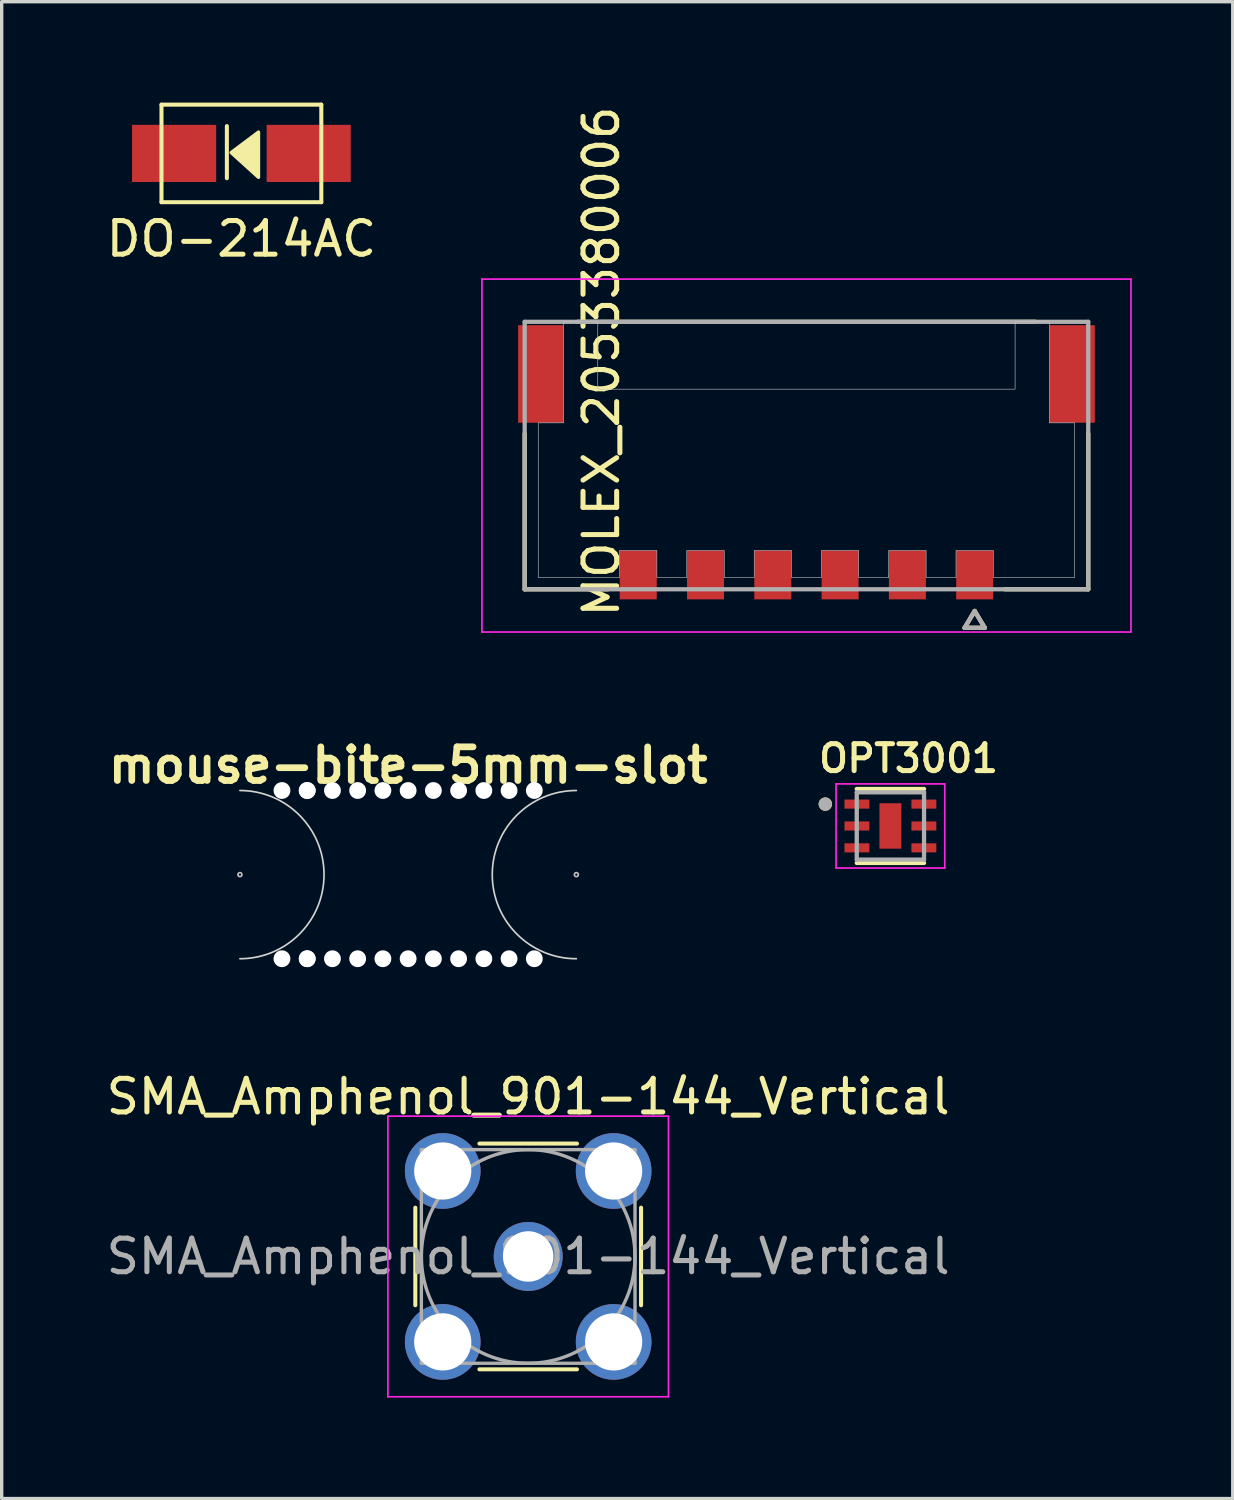
<source format=kicad_pcb>
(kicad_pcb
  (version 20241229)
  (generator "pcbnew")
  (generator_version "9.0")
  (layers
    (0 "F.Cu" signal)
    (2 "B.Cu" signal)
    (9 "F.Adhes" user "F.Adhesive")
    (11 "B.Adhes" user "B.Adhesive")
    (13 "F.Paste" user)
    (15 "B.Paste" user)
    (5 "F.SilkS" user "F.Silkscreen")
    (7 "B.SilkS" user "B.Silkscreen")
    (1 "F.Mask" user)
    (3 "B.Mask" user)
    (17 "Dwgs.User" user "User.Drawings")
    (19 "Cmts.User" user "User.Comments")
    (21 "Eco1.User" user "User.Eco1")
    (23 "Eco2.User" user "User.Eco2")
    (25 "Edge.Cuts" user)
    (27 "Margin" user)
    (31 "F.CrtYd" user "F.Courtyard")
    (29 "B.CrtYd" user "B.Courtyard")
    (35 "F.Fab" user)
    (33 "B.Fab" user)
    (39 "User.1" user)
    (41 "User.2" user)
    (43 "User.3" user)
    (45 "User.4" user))
  (footprint "MOLEX_2053380006"
    (layer "F.Cu")
    (at 20.92 10.49)
    (property "Reference" "MOLEX_2053380006" (at -6.096 -2.794 270) (layer "F.SilkS") (effects (font (size 1 1) (thickness 0.15))))
    (attr smd)
    (fp_poly (pts (xy -8.646 -3.951) (xy -7.144 -3.951) (xy -7.144 -0.899) (xy -8.646 -0.899)) (stroke (width 0.01) (type solid)) (fill yes) (layer "F.Mask"))
    (fp_poly (pts (xy -5.626 2.749) (xy -4.374 2.749) (xy -4.374 4.351) (xy -5.626 4.351)) (stroke (width 0.01) (type solid)) (fill yes) (layer "F.Mask"))
    (fp_poly (pts (xy -3.626 2.749) (xy -2.374 2.749) (xy -2.374 4.351) (xy -3.626 4.351)) (stroke (width 0.01) (type solid)) (fill yes) (layer "F.Mask"))
    (fp_poly (pts (xy -1.626 2.749) (xy -0.374 2.749) (xy -0.374 4.351) (xy -1.626 4.351)) (stroke (width 0.01) (type solid)) (fill yes) (layer "F.Mask"))
    (fp_poly (pts (xy 0.374 2.749) (xy 1.626 2.749) (xy 1.626 4.351) (xy 0.374 4.351)) (stroke (width 0.01) (type solid)) (fill yes) (layer "F.Mask"))
    (fp_poly (pts (xy 2.374 2.749) (xy 3.626 2.749) (xy 3.626 4.351) (xy 2.374 4.351)) (stroke (width 0.01) (type solid)) (fill yes) (layer "F.Mask"))
    (fp_poly (pts (xy 4.374 2.749) (xy 5.626 2.749) (xy 5.626 4.351) (xy 4.374 4.351)) (stroke (width 0.01) (type solid)) (fill yes) (layer "F.Mask"))
    (fp_poly (pts (xy 7.144 -3.951) (xy 8.646 -3.951) (xy 8.646 -0.899) (xy 7.144 -0.899)) (stroke (width 0.01) (type solid)) (fill yes) (layer "F.Mask"))
    (fp_line (start -8.375 3.975) (end -8.375 -0.65) (stroke (width 0.127) (type solid)) (layer "F.SilkS"))
    (fp_line (start -5.9 3.975) (end -8.375 3.975) (stroke (width 0.127) (type solid)) (layer "F.SilkS"))
    (fp_line (start 4.7 5.12) (end 5 4.62) (stroke (width 0.127) (type solid)) (layer "F.SilkS"))
    (fp_line (start 5 4.62) (end 5.3 5.12) (stroke (width 0.127) (type solid)) (layer "F.SilkS"))
    (fp_line (start 5.3 5.12) (end 4.7 5.12) (stroke (width 0.127) (type solid)) (layer "F.SilkS"))
    (fp_line (start 6.8 -3.975) (end -6.8 -3.975) (stroke (width 0.127) (type solid)) (layer "F.SilkS"))
    (fp_line (start 8.375 -0.65) (end 8.375 3.975) (stroke (width 0.127) (type solid)) (layer "F.SilkS"))
    (fp_line (start 8.375 3.975) (end 5.9 3.975) (stroke (width 0.127) (type solid)) (layer "F.SilkS"))
    (fp_poly (pts (xy -7.215 -0.97) (xy -7.215 -3.975) (xy -6.2 -3.975) (xy -6.2 -1.975) (xy 6.2 -1.975) (xy 6.2 -3.975) (xy 7.215 -3.975) (xy 7.215 -0.97) (xy 7.975 -0.97) (xy 7.975 3.625) (xy 5.555 3.625) (xy 5.555 2.82) (xy 4.445 2.82) (xy 4.445 3.625) (xy 3.555 3.625) (xy 3.555 2.82) (xy 2.445 2.82) (xy 2.445 3.625) (xy 1.555 3.625) (xy 1.555 2.82) (xy 0.445 2.82) (xy 0.445 3.625) (xy -0.445 3.625) (xy -0.445 2.82) (xy -1.555 2.82) (xy -1.555 3.625) (xy -2.445 3.625) (xy -2.445 2.82) (xy -3.555 2.82) (xy -3.555 3.625) (xy -4.445 3.625) (xy -4.445 2.82) (xy -5.555 2.82) (xy -5.555 3.625) (xy -7.975 3.625) (xy -7.975 -0.97)) (stroke (width 0.01) (type solid)) (fill no) (layer "Dwgs.User"))
    (fp_poly (pts (xy -7.215 -0.97) (xy -7.215 -3.975) (xy -6.2 -3.975) (xy -6.2 -1.975) (xy 6.2 -1.975) (xy 6.2 -3.975) (xy 7.215 -3.975) (xy 7.215 -0.97) (xy 7.975 -0.97) (xy 7.975 3.625) (xy 5.555 3.625) (xy 5.555 2.82) (xy 4.445 2.82) (xy 4.445 3.625) (xy 3.555 3.625) (xy 3.555 2.82) (xy 2.445 2.82) (xy 2.445 3.625) (xy 2.44 3.55) (xy 2.44 3.625) (xy 1.555 3.625) (xy 1.555 2.82) (xy 0.445 2.82) (xy 0.445 3.625) (xy -0.445 3.625) (xy -0.445 2.82) (xy -1.555 2.82) (xy -1.555 3.625) (xy -2.445 3.625) (xy -2.445 2.82) (xy -3.555 2.82) (xy -3.555 3.625) (xy -4.445 3.625) (xy -4.445 2.82) (xy -5.555 2.82) (xy -5.555 3.625) (xy -7.975 3.625) (xy -7.975 -0.97)) (stroke (width 0.01) (type solid)) (fill no) (layer "Dwgs.User"))
    (fp_line (start -9.645 -5.245) (end 9.645 -5.245) (stroke (width 0.05) (type solid)) (layer "F.CrtYd"))
    (fp_line (start -9.645 5.245) (end -9.645 -5.245) (stroke (width 0.05) (type solid)) (layer "F.CrtYd"))
    (fp_line (start -9.645 5.245) (end 9.645 5.245) (stroke (width 0.05) (type solid)) (layer "F.CrtYd"))
    (fp_line (start 9.645 -5.245) (end 9.645 5.245) (stroke (width 0.05) (type solid)) (layer "F.CrtYd"))
    (fp_line (start -8.375 -3.975) (end 8.375 -3.975) (stroke (width 0.127) (type solid)) (layer "F.Fab"))
    (fp_line (start -8.375 3.975) (end -8.375 -3.975) (stroke (width 0.127) (type solid)) (layer "F.Fab"))
    (fp_line (start 4.7 5.12) (end 5 4.62) (stroke (width 0.127) (type solid)) (layer "F.Fab"))
    (fp_line (start 5 4.62) (end 5.3 5.12) (stroke (width 0.127) (type solid)) (layer "F.Fab"))
    (fp_line (start 5.3 5.12) (end 4.7 5.12) (stroke (width 0.127) (type solid)) (layer "F.Fab"))
    (fp_line (start 8.375 -3.975) (end 8.375 3.975) (stroke (width 0.127) (type solid)) (layer "F.Fab"))
    (fp_line (start 8.375 3.975) (end -8.375 3.975) (stroke (width 0.127) (type solid)) (layer "F.Fab"))
    (pad "1" smd rect (at 5 3.55) (size 1.1 1.45) (layers "F.Cu" "F.Paste"))
    (pad "2" smd rect (at 3 3.55) (size 1.1 1.45) (layers "F.Cu" "F.Paste"))
    (pad "3" smd rect (at 1 3.55) (size 1.1 1.45) (layers "F.Cu" "F.Paste"))
    (pad "4" smd rect (at -1 3.55) (size 1.1 1.45) (layers "F.Cu" "F.Paste"))
    (pad "5" smd rect (at -3 3.55) (size 1.1 1.45) (layers "F.Cu" "F.Paste"))
    (pad "6" smd rect (at -5 3.55) (size 1.1 1.45) (layers "F.Cu" "F.Paste"))
    (pad "S1" smd rect (at 7.895 -2.425) (size 1.35 2.9) (layers "F.Cu" "F.Paste"))
    (pad "S2" smd rect (at -7.895 -2.425) (size 1.35 2.9) (layers "F.Cu" "F.Paste")))
  (footprint "DO-214AC"
    (layer "F.Cu")
    (at 4.125 1.51)
    (property "Reference" "DO-214AC" (at 0 2.54 0) (layer "F.SilkS") (effects (font (size 1 1) (thickness 0.15))))
    (attr smd)
    (fp_line (start -2.375 -1.45) (end 2.375 -1.45) (stroke (width 0.12) (type solid)) (layer "F.SilkS"))
    (fp_line (start -2.375 1.45) (end -2.375 -1.45) (stroke (width 0.12) (type solid)) (layer "F.SilkS"))
    (fp_line (start -2.375 1.45) (end 2.375 1.45) (stroke (width 0.12) (type solid)) (layer "F.SilkS"))
    (fp_line (start -0.432 -0.813) (end -0.432 0.737) (stroke (width 0.12) (type solid)) (layer "F.SilkS"))
    (fp_line (start 2.375 1.45) (end 2.375 -1.45) (stroke (width 0.12) (type solid)) (layer "F.SilkS"))
    (fp_poly (pts (xy 0.508 0.711) (xy -0.305 -0.025) (xy 0.508 -0.635)) (stroke (width 0.1) (type solid)) (fill yes) (layer "F.SilkS"))
    (pad "1" smd rect (at -2 0) (size 2.5 1.7) (layers "F.Cu" "F.Mask" "F.Paste"))
    (pad "2" smd rect (at 2 0) (size 2.5 1.7) (layers "F.Cu" "F.Mask" "F.Paste")))
  (footprint "mouse-bite-5mm-slot"
    (layer "F.Cu")
    (at 9.081 22.946)
    (property "Reference" "mouse-bite-5mm-slot" (at 0 -3.25 0) (layer "F.SilkS") (effects (font (size 1 1) (thickness 0.2))))
    (attr through_hole)
    (fp_circle (center -5 0) (end -4.94 0) (stroke (width 0.05) (type solid)) (fill no) (layer "Dwgs.User"))
    (fp_circle (center 5 0) (end 5.06 0) (stroke (width 0.05) (type solid)) (fill no) (layer "Dwgs.User"))
    (fp_line (start -5 0) (end -5 0) (stroke (width 5) (type solid)) (layer "Eco1.User"))
    (fp_line (start 5 0) (end 5 0) (stroke (width 5) (type solid)) (layer "Eco1.User"))
    (fp_arc (start -5 -2.5) (mid -2.5 0) (end -5 2.5) (stroke (width 0.05) (type solid)) (layer "Edge.Cuts"))
    (fp_arc (start 5 2.5) (mid 2.5 0) (end 5 -2.5) (stroke (width 0.05) (type solid)) (layer "Edge.Cuts"))
    (pad "" np_thru_hole circle (at -3.75 -2.5) (size 0.5 0.5) (drill 0.5) (layers "*.Cu" "*.Mask"))
    (pad "" np_thru_hole circle (at -3.75 2.5) (size 0.5 0.5) (drill 0.5) (layers "*.Cu" "*.Mask"))
    (pad "" np_thru_hole circle (at -3 -2.5) (size 0.5 0.5) (drill 0.5) (layers "*.Cu" "*.Mask"))
    (pad "" np_thru_hole circle (at -3 -2.5) (size 0.5 0.5) (drill 0.5) (layers "*.Cu" "*.Mask"))
    (pad "" np_thru_hole circle (at -3 2.5) (size 0.5 0.5) (drill 0.5) (layers "*.Cu" "*.Mask"))
    (pad "" np_thru_hole circle (at -3 2.5) (size 0.5 0.5) (drill 0.5) (layers "*.Cu" "*.Mask"))
    (pad "" np_thru_hole circle (at -2.25 -2.5) (size 0.5 0.5) (drill 0.5) (layers "*.Cu" "*.Mask"))
    (pad "" np_thru_hole circle (at -2.25 2.5) (size 0.5 0.5) (drill 0.5) (layers "*.Cu" "*.Mask"))
    (pad "" np_thru_hole circle (at -1.5 -2.5) (size 0.5 0.5) (drill 0.5) (layers "*.Cu" "*.Mask"))
    (pad "" np_thru_hole circle (at -1.5 2.5) (size 0.5 0.5) (drill 0.5) (layers "*.Cu" "*.Mask"))
    (pad "" np_thru_hole circle (at -0.75 -2.5) (size 0.5 0.5) (drill 0.5) (layers "*.Cu" "*.Mask"))
    (pad "" np_thru_hole circle (at -0.75 2.5) (size 0.5 0.5) (drill 0.5) (layers "*.Cu" "*.Mask"))
    (pad "" np_thru_hole circle (at 0 -2.5) (size 0.5 0.5) (drill 0.5) (layers "*.Cu" "*.Mask"))
    (pad "" np_thru_hole circle (at 0 2.5) (size 0.5 0.5) (drill 0.5) (layers "*.Cu" "*.Mask"))
    (pad "" np_thru_hole circle (at 0.75 -2.5) (size 0.5 0.5) (drill 0.5) (layers "*.Cu" "*.Mask"))
    (pad "" np_thru_hole circle (at 0.75 2.5) (size 0.5 0.5) (drill 0.5) (layers "*.Cu" "*.Mask"))
    (pad "" np_thru_hole circle (at 1.5 -2.5) (size 0.5 0.5) (drill 0.5) (layers "*.Cu" "*.Mask"))
    (pad "" np_thru_hole circle (at 1.5 2.5) (size 0.5 0.5) (drill 0.5) (layers "*.Cu" "*.Mask"))
    (pad "" np_thru_hole circle (at 2.25 -2.5) (size 0.5 0.5) (drill 0.5) (layers "*.Cu" "*.Mask"))
    (pad "" np_thru_hole circle (at 2.25 2.5) (size 0.5 0.5) (drill 0.5) (layers "*.Cu" "*.Mask"))
    (pad "" np_thru_hole circle (at 3 -2.5) (size 0.5 0.5) (drill 0.5) (layers "*.Cu" "*.Mask"))
    (pad "" np_thru_hole circle (at 3 2.5) (size 0.5 0.5) (drill 0.5) (layers "*.Cu" "*.Mask"))
    (pad "" np_thru_hole circle (at 3.75 -2.5) (size 0.5 0.5) (drill 0.5) (layers "*.Cu" "*.Mask"))
    (pad "" np_thru_hole circle (at 3.75 2.5) (size 0.5 0.5) (drill 0.5) (layers "*.Cu" "*.Mask")))
  (footprint "OPT3001"
    (layer "F.Cu")
    (at 23.415 21.5)
    (property "Reference" "OPT3001" (at 0.54 -2.008 0) (layer "F.SilkS") (effects (font (size 0.8 0.8) (thickness 0.15))))
    (attr smd)
    (fp_line (start -1 -1.099) (end 1 -1.099) (stroke (width 0.127) (type solid)) (layer "F.SilkS"))
    (fp_line (start -1 1.099) (end 1 1.099) (stroke (width 0.127) (type solid)) (layer "F.SilkS"))
    (fp_circle (center -1.935 -0.65) (end -1.835 -0.65) (stroke (width 0.2) (type solid)) (fill no) (layer "F.SilkS"))
    (fp_poly (pts (xy -0.21 -0.43) (xy 0.21 -0.43) (xy 0.21 0.43) (xy -0.21 0.43)) (stroke (width 0.01) (type solid)) (fill yes) (layer "F.Paste"))
    (fp_line (start -1.615 -1.25) (end -1.615 1.25) (stroke (width 0.05) (type solid)) (layer "F.CrtYd"))
    (fp_line (start -1.615 -1.25) (end 1.615 -1.25) (stroke (width 0.05) (type solid)) (layer "F.CrtYd"))
    (fp_line (start -1.615 1.25) (end 1.615 1.25) (stroke (width 0.05) (type solid)) (layer "F.CrtYd"))
    (fp_line (start 1.615 -1.25) (end 1.615 1.25) (stroke (width 0.05) (type solid)) (layer "F.CrtYd"))
    (fp_line (start -1 -1) (end -1 1) (stroke (width 0.127) (type solid)) (layer "F.Fab"))
    (fp_line (start -1 -1) (end 1 -1) (stroke (width 0.127) (type solid)) (layer "F.Fab"))
    (fp_line (start -1 1) (end 1 1) (stroke (width 0.127) (type solid)) (layer "F.Fab"))
    (fp_line (start 1 -1) (end 1 1) (stroke (width 0.127) (type solid)) (layer "F.Fab"))
    (fp_circle (center -1.935 -0.65) (end -1.835 -0.65) (stroke (width 0.2) (type solid)) (fill no) (layer "F.Fab"))
    (pad "1" smd rect (at -0.995 -0.65) (size 0.74 0.27) (layers "F.Cu" "F.Mask" "F.Paste"))
    (pad "2" smd rect (at -0.995 0) (size 0.74 0.27) (layers "F.Cu" "F.Mask" "F.Paste"))
    (pad "3" smd rect (at -0.995 0.65) (size 0.74 0.27) (layers "F.Cu" "F.Mask" "F.Paste"))
    (pad "4" smd rect (at 0.995 0.65) (size 0.74 0.27) (layers "F.Cu" "F.Mask" "F.Paste"))
    (pad "5" smd rect (at 0.995 0) (size 0.74 0.27) (layers "F.Cu" "F.Mask" "F.Paste"))
    (pad "6" smd rect (at 0.995 -0.65) (size 0.74 0.27) (layers "F.Cu" "F.Mask" "F.Paste"))
    (pad "7" smd rect (at 0 0) (size 0.65 1.35) (layers "F.Cu" "F.Mask")))
  (footprint "SMA_Amphenol_901-144_Vertical"
    (layer "F.Cu")
    (at 12.649 34.295)
    (property "Reference" "SMA_Amphenol_901-144_Vertical" (at 0 -4.75 0) (layer "F.SilkS") (effects (font (size 1 1) (thickness 0.15))))
    (attr through_hole)
    (fp_line (start -3.355 -1.45) (end -3.355 1.45) (stroke (width 0.12) (type solid)) (layer "F.SilkS"))
    (fp_line (start -1.45 -3.355) (end 1.45 -3.355) (stroke (width 0.12) (type solid)) (layer "F.SilkS"))
    (fp_line (start -1.45 3.355) (end 1.45 3.355) (stroke (width 0.12) (type solid)) (layer "F.SilkS"))
    (fp_line (start 3.355 -1.45) (end 3.355 1.45) (stroke (width 0.12) (type solid)) (layer "F.SilkS"))
    (fp_line (start -4.17 -4.17) (end -4.17 4.17) (stroke (width 0.05) (type solid)) (layer "F.CrtYd"))
    (fp_line (start -4.17 -4.17) (end 4.17 -4.17) (stroke (width 0.05) (type solid)) (layer "F.CrtYd"))
    (fp_line (start 4.17 4.17) (end -4.17 4.17) (stroke (width 0.05) (type solid)) (layer "F.CrtYd"))
    (fp_line (start 4.17 4.17) (end 4.17 -4.17) (stroke (width 0.05) (type solid)) (layer "F.CrtYd"))
    (fp_line (start -3.175 -3.175) (end -3.175 3.175) (stroke (width 0.1) (type solid)) (layer "F.Fab"))
    (fp_line (start -3.175 -3.175) (end 3.175 -3.175) (stroke (width 0.1) (type solid)) (layer "F.Fab"))
    (fp_line (start -3.175 3.175) (end 3.175 3.175) (stroke (width 0.1) (type solid)) (layer "F.Fab"))
    (fp_line (start 3.175 -3.175) (end 3.175 3.175) (stroke (width 0.1) (type solid)) (layer "F.Fab"))
    (fp_circle (center 0 0) (end 3.175 0) (stroke (width 0.1) (type solid)) (fill no) (layer "F.Fab"))
    (fp_text user "${REFERENCE}" (at 0 0 0) (layer "F.Fab") (effects (font (size 1 1) (thickness 0.15))))
    (pad "1" thru_hole circle (at 0 0) (size 2.05 2.05) (drill 1.5) (layers "*.Cu" "*.Mask"))
    (pad "2" thru_hole circle (at -2.54 -2.54) (size 2.25 2.25) (drill 1.7) (layers "*.Cu" "*.Mask"))
    (pad "2" thru_hole circle (at -2.54 2.54) (size 2.25 2.25) (drill 1.7) (layers "*.Cu" "*.Mask"))
    (pad "2" thru_hole circle (at 2.54 -2.54) (size 2.25 2.25) (drill 1.7) (layers "*.Cu" "*.Mask"))
    (pad "2" thru_hole circle (at 2.54 2.54) (size 2.25 2.25) (drill 1.7) (layers "*.Cu" "*.Mask")))
  (gr_rect
    (start -3 -3)
    (end 33.59 41.49)
    (stroke (width 0.1) (type default))
    (fill no)
    (layer "Edge.Cuts")))
</source>
